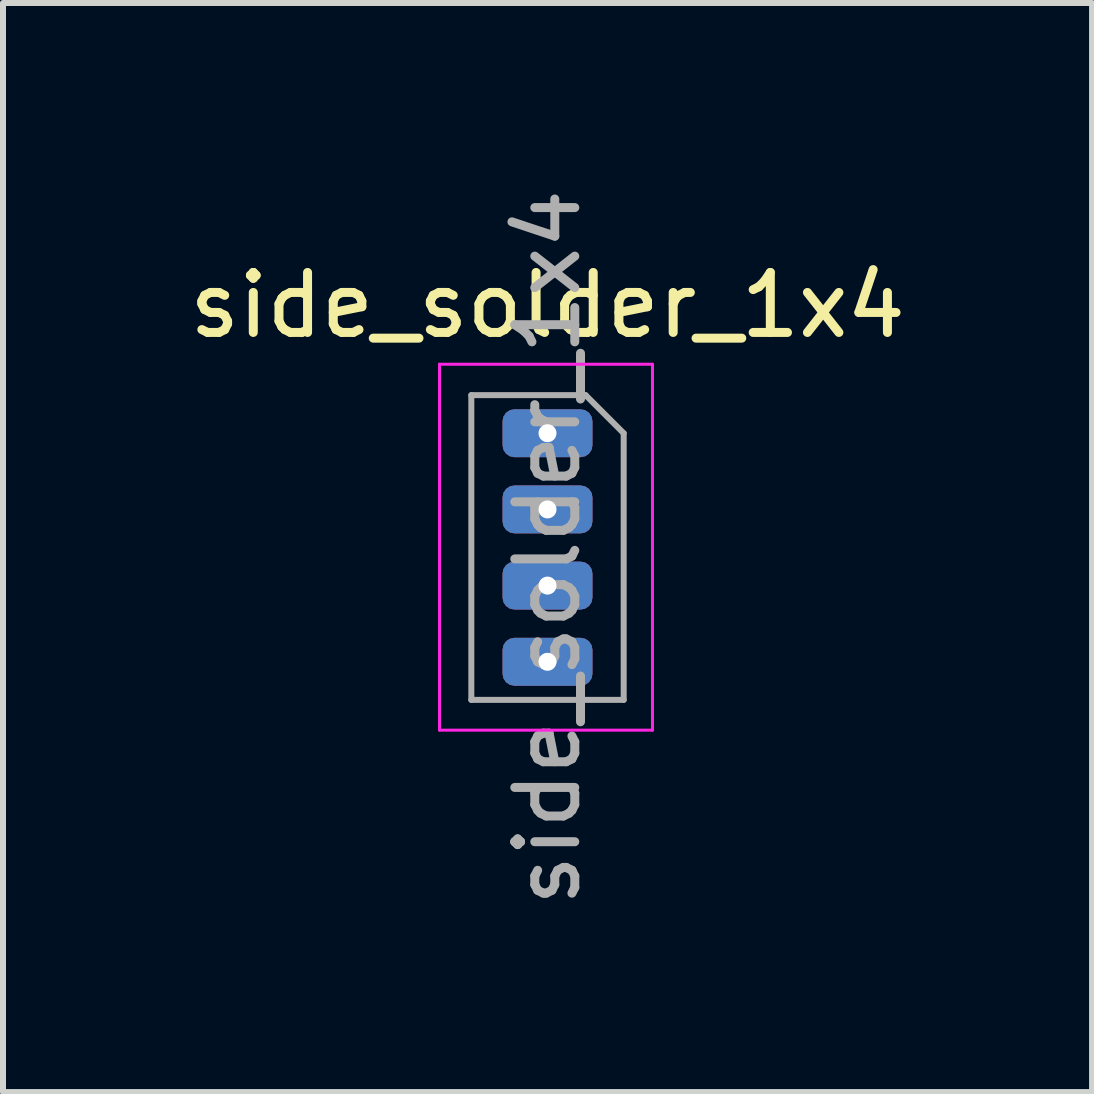
<source format=kicad_pcb>
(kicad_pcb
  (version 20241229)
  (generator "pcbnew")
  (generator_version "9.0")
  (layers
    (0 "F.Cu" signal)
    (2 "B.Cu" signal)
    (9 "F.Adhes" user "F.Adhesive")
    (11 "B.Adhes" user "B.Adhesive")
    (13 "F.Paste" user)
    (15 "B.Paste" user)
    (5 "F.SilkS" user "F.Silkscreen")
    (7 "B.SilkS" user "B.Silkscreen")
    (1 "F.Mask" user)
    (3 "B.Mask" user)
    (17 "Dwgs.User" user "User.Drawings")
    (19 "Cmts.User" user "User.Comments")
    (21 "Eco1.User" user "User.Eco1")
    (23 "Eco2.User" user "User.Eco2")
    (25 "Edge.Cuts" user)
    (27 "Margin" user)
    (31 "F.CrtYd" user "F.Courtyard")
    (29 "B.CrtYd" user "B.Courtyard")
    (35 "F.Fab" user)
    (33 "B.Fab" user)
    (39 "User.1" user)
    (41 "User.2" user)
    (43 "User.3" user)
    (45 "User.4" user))
  (footprint "side_solder_1x4"
    (layer "F.Cu")
    (at 6.077 4.172)
    (property "Reference" "side_solder_1x4" (at 0 -2.135 0) (layer "F.SilkS") (effects (font (size 1 1) (thickness 0.15))))
    (attr through_hole)
    (fp_line (start -1.8 -1.15) (end 1.75 -1.15) (stroke (width 0.05) (type solid)) (layer "F.CrtYd"))
    (fp_line (start -1.8 4.95) (end -1.8 -1.15) (stroke (width 0.05) (type solid)) (layer "F.CrtYd"))
    (fp_line (start 1.75 -1.15) (end 1.75 4.95) (stroke (width 0.05) (type solid)) (layer "F.CrtYd"))
    (fp_line (start 1.75 4.95) (end -1.8 4.95) (stroke (width 0.05) (type solid)) (layer "F.CrtYd"))
    (fp_line (start -1.27 -0.635) (end 0.635 -0.635) (stroke (width 0.1) (type solid)) (layer "F.Fab"))
    (fp_line (start -1.27 4.445) (end -1.27 -0.635) (stroke (width 0.1) (type solid)) (layer "F.Fab"))
    (fp_line (start 0.635 -0.635) (end 1.27 0) (stroke (width 0.1) (type solid)) (layer "F.Fab"))
    (fp_line (start 1.27 0) (end 1.27 4.445) (stroke (width 0.1) (type solid)) (layer "F.Fab"))
    (fp_line (start 1.27 4.445) (end -1.27 4.445) (stroke (width 0.1) (type solid)) (layer "F.Fab"))
    (fp_text user "${REFERENCE}" (at 0 1.905 90) (layer "F.Fab") (effects (font (size 1 1) (thickness 0.15))))
    (pad "1" thru_hole roundrect (at 0 0) (size 1.5 0.8) (drill 0.3) (layers "*.Cu" "*.Mask") (roundrect_rratio 0.25))
    (pad "2" thru_hole roundrect (at 0 1.27) (size 1.5 0.8) (drill 0.3) (layers "*.Cu" "*.Mask") (roundrect_rratio 0.25))
    (pad "3" thru_hole roundrect (at 0 2.54) (size 1.5 0.8) (drill 0.3) (layers "*.Cu" "*.Mask") (roundrect_rratio 0.25))
    (pad "4" thru_hole roundrect (at 0 3.81) (size 1.5 0.8) (drill 0.3) (layers "*.Cu" "*.Mask") (roundrect_rratio 0.25)))
  (gr_rect
    (start -3 -3)
    (end 15.155 15.155)
    (stroke (width 0.1) (type default))
    (fill no)
    (layer "Edge.Cuts")))
</source>
